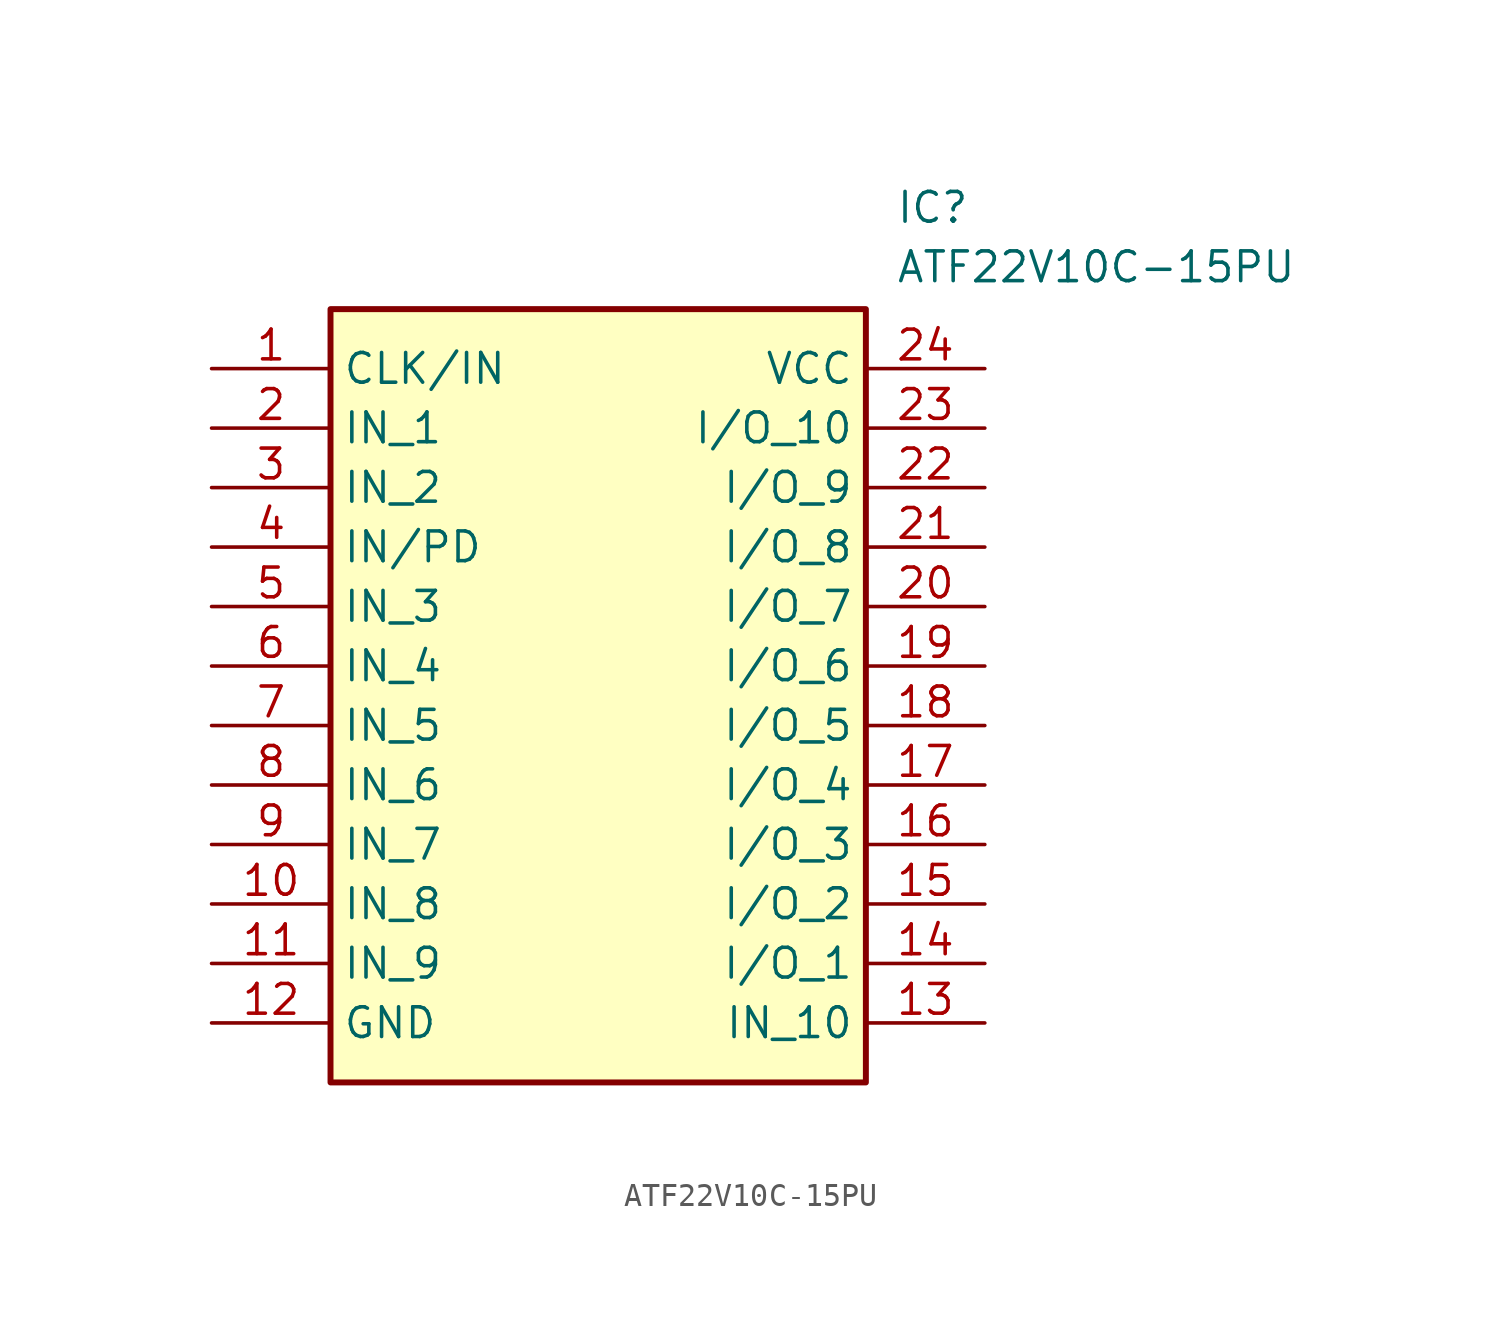
<source format=kicad_sym>
(kicad_symbol_lib
  (version 20211014)
  (generator SamacSys_ECAD_Model)
  (symbol "ATF22V10C-15PU"
    (property "Reference" "IC"
      (at 29.21 7.62 0)
      (effects (font (size 1.27 1.27)) (justify left top)))
    (property "Value" "ATF22V10C-15PU"
      (at 29.21 5.08 0)
      (effects (font (size 1.27 1.27)) (justify left top)))
    (rectangle
      (start 5.08 2.54)
      (end 27.94 -30.48)
      (stroke (width 0.254) (type default))
      (fill (type background)))
    (pin passive line
      (at 0 0 0)
      (length 5.08)
      (name "CLK/IN" (effects (font (size 1.27 1.27))))
      (number "1" (effects (font (size 1.27 1.27)))))
    (pin passive line
      (at 0 -2.54 0)
      (length 5.08)
      (name "IN_1" (effects (font (size 1.27 1.27))))
      (number "2" (effects (font (size 1.27 1.27)))))
    (pin passive line
      (at 0 -5.08 0)
      (length 5.08)
      (name "IN_2" (effects (font (size 1.27 1.27))))
      (number "3" (effects (font (size 1.27 1.27)))))
    (pin passive line
      (at 0 -7.62 0)
      (length 5.08)
      (name "IN/PD" (effects (font (size 1.27 1.27))))
      (number "4" (effects (font (size 1.27 1.27)))))
    (pin passive line
      (at 0 -10.16 0)
      (length 5.08)
      (name "IN_3" (effects (font (size 1.27 1.27))))
      (number "5" (effects (font (size 1.27 1.27)))))
    (pin passive line
      (at 0 -12.7 0)
      (length 5.08)
      (name "IN_4" (effects (font (size 1.27 1.27))))
      (number "6" (effects (font (size 1.27 1.27)))))
    (pin passive line
      (at 0 -15.24 0)
      (length 5.08)
      (name "IN_5" (effects (font (size 1.27 1.27))))
      (number "7" (effects (font (size 1.27 1.27)))))
    (pin passive line
      (at 0 -17.78 0)
      (length 5.08)
      (name "IN_6" (effects (font (size 1.27 1.27))))
      (number "8" (effects (font (size 1.27 1.27)))))
    (pin passive line
      (at 0 -20.32 0)
      (length 5.08)
      (name "IN_7" (effects (font (size 1.27 1.27))))
      (number "9" (effects (font (size 1.27 1.27)))))
    (pin passive line
      (at 0 -22.86 0)
      (length 5.08)
      (name "IN_8" (effects (font (size 1.27 1.27))))
      (number "10" (effects (font (size 1.27 1.27)))))
    (pin passive line
      (at 0 -25.4 0)
      (length 5.08)
      (name "IN_9" (effects (font (size 1.27 1.27))))
      (number "11" (effects (font (size 1.27 1.27)))))
    (pin passive line
      (at 0 -27.94 0)
      (length 5.08)
      (name "GND" (effects (font (size 1.27 1.27))))
      (number "12" (effects (font (size 1.27 1.27)))))
    (pin passive line
      (at 33.02 0 180)
      (length 5.08)
      (name "VCC" (effects (font (size 1.27 1.27))))
      (number "24" (effects (font (size 1.27 1.27)))))
    (pin passive line
      (at 33.02 -2.54 180)
      (length 5.08)
      (name "I/O_10" (effects (font (size 1.27 1.27))))
      (number "23" (effects (font (size 1.27 1.27)))))
    (pin passive line
      (at 33.02 -5.08 180)
      (length 5.08)
      (name "I/O_9" (effects (font (size 1.27 1.27))))
      (number "22" (effects (font (size 1.27 1.27)))))
    (pin passive line
      (at 33.02 -7.62 180)
      (length 5.08)
      (name "I/O_8" (effects (font (size 1.27 1.27))))
      (number "21" (effects (font (size 1.27 1.27)))))
    (pin passive line
      (at 33.02 -10.16 180)
      (length 5.08)
      (name "I/O_7" (effects (font (size 1.27 1.27))))
      (number "20" (effects (font (size 1.27 1.27)))))
    (pin passive line
      (at 33.02 -12.7 180)
      (length 5.08)
      (name "I/O_6" (effects (font (size 1.27 1.27))))
      (number "19" (effects (font (size 1.27 1.27)))))
    (pin passive line
      (at 33.02 -15.24 180)
      (length 5.08)
      (name "I/O_5" (effects (font (size 1.27 1.27))))
      (number "18" (effects (font (size 1.27 1.27)))))
    (pin passive line
      (at 33.02 -17.78 180)
      (length 5.08)
      (name "I/O_4" (effects (font (size 1.27 1.27))))
      (number "17" (effects (font (size 1.27 1.27)))))
    (pin passive line
      (at 33.02 -20.32 180)
      (length 5.08)
      (name "I/O_3" (effects (font (size 1.27 1.27))))
      (number "16" (effects (font (size 1.27 1.27)))))
    (pin passive line
      (at 33.02 -22.86 180)
      (length 5.08)
      (name "I/O_2" (effects (font (size 1.27 1.27))))
      (number "15" (effects (font (size 1.27 1.27)))))
    (pin passive line
      (at 33.02 -25.4 180)
      (length 5.08)
      (name "I/O_1" (effects (font (size 1.27 1.27))))
      (number "14" (effects (font (size 1.27 1.27)))))
    (pin passive line
      (at 33.02 -27.94 180)
      (length 5.08)
      (name "IN_10" (effects (font (size 1.27 1.27))))
      (number "13" (effects (font (size 1.27 1.27)))))))
</source>
